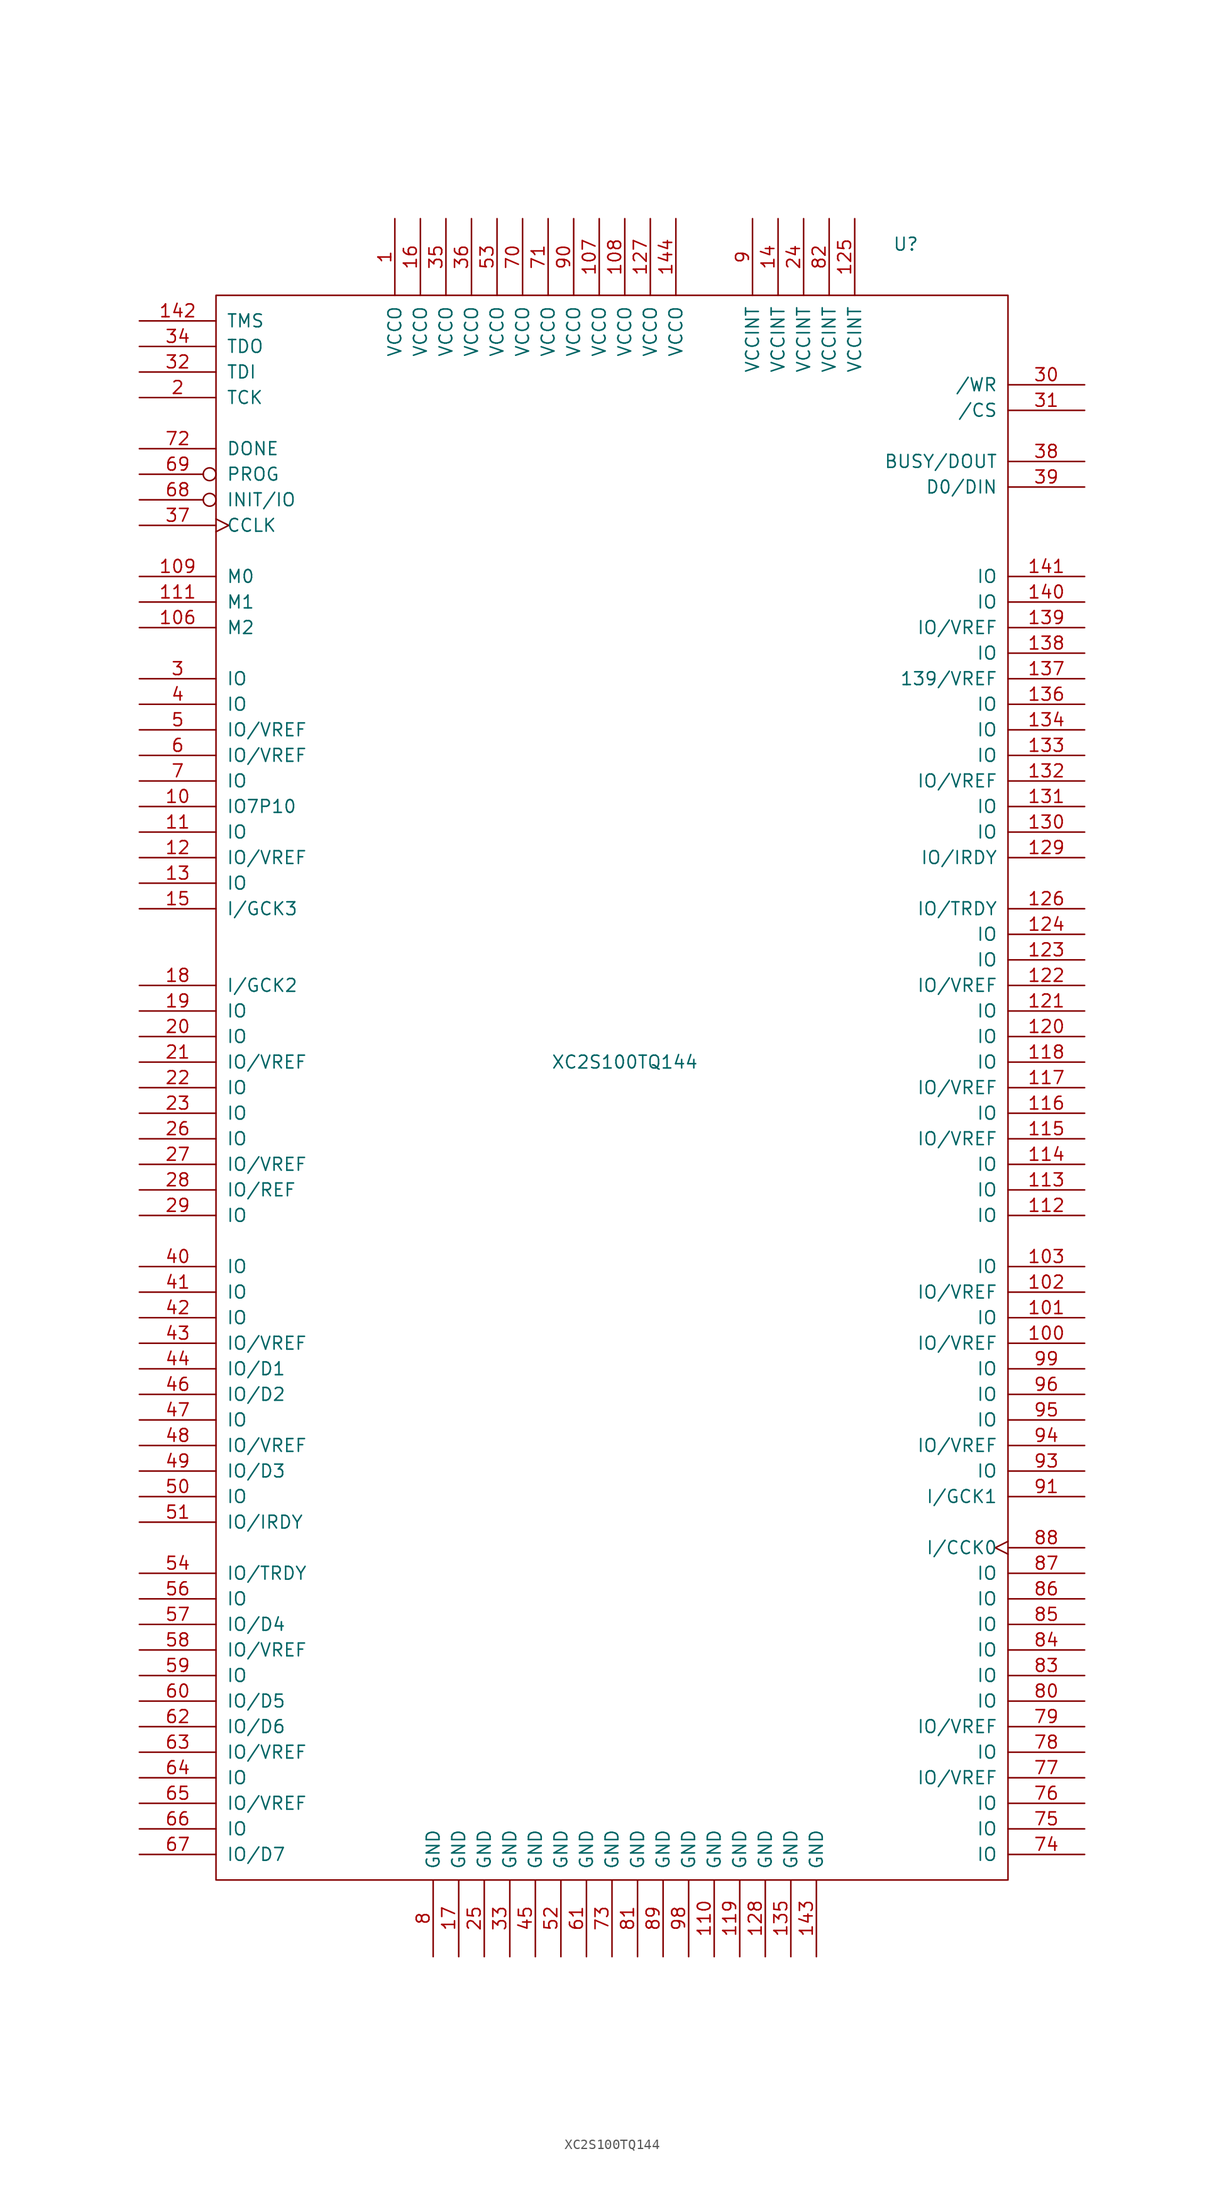
<source format=kicad_sym>
(kicad_symbol_lib
  (version 20201005)
  (generator kicad_symbol_editor)
  (symbol "FPGA_Xilinx:XC2S100TQ144"
    (pin_names
      (offset 1.016))
    (property "Reference" "U"
      (at 27.94 83.82 0)
      (effects (font (size 1.27 1.27))))
    (property "Value" "XC2S100TQ144"
      (at 0 2.54 0)
      (effects (font (size 1.27 1.27))))
    (symbol "XC2S100TQ144_0_1"
      (rectangle (start -40.64 78.74) (end 38.1 -78.74) (stroke (width 0)) (fill (type none))))
    (symbol "XC2S100TQ144_1_1"
      (pin power_in line (at -22.86 86.36 270) (length 7.62) (name "VCCO" (effects (font (size 1.27 1.27)))) (number "1" (effects (font (size 1.27 1.27)))))
      (pin bidirectional line (at -48.26 27.94 0) (length 7.62) (name "IO7P10" (effects (font (size 1.27 1.27)))) (number "10" (effects (font (size 1.27 1.27)))))
      (pin bidirectional line (at 45.72 -25.4 180) (length 7.62) (name "IO/VREF" (effects (font (size 1.27 1.27)))) (number "100" (effects (font (size 1.27 1.27)))))
      (pin bidirectional line (at 45.72 -22.86 180) (length 7.62) (name "IO" (effects (font (size 1.27 1.27)))) (number "101" (effects (font (size 1.27 1.27)))))
      (pin bidirectional line (at 45.72 -20.32 180) (length 7.62) (name "IO/VREF" (effects (font (size 1.27 1.27)))) (number "102" (effects (font (size 1.27 1.27)))))
      (pin bidirectional line (at 45.72 -17.78 180) (length 7.62) (name "IO" (effects (font (size 1.27 1.27)))) (number "103" (effects (font (size 1.27 1.27)))))
      (pin input line (at -48.26 45.72 0) (length 7.62) (name "M2" (effects (font (size 1.27 1.27)))) (number "106" (effects (font (size 1.27 1.27)))))
      (pin power_in line (at -2.54 86.36 270) (length 7.62) (name "VCCO" (effects (font (size 1.27 1.27)))) (number "107" (effects (font (size 1.27 1.27)))))
      (pin power_in line (at 0 86.36 270) (length 7.62) (name "VCCO" (effects (font (size 1.27 1.27)))) (number "108" (effects (font (size 1.27 1.27)))))
      (pin input line (at -48.26 50.8 0) (length 7.62) (name "M0" (effects (font (size 1.27 1.27)))) (number "109" (effects (font (size 1.27 1.27)))))
      (pin bidirectional line (at -48.26 25.4 0) (length 7.62) (name "IO" (effects (font (size 1.27 1.27)))) (number "11" (effects (font (size 1.27 1.27)))))
      (pin power_in line (at 8.89 -86.36 90) (length 7.62) (name "GND" (effects (font (size 1.27 1.27)))) (number "110" (effects (font (size 1.27 1.27)))))
      (pin input line (at -48.26 48.26 0) (length 7.62) (name "M1" (effects (font (size 1.27 1.27)))) (number "111" (effects (font (size 1.27 1.27)))))
      (pin bidirectional line (at 45.72 -12.7 180) (length 7.62) (name "IO" (effects (font (size 1.27 1.27)))) (number "112" (effects (font (size 1.27 1.27)))))
      (pin bidirectional line (at 45.72 -10.16 180) (length 7.62) (name "IO" (effects (font (size 1.27 1.27)))) (number "113" (effects (font (size 1.27 1.27)))))
      (pin bidirectional line (at 45.72 -7.62 180) (length 7.62) (name "IO" (effects (font (size 1.27 1.27)))) (number "114" (effects (font (size 1.27 1.27)))))
      (pin bidirectional line (at 45.72 -5.08 180) (length 7.62) (name "IO/VREF" (effects (font (size 1.27 1.27)))) (number "115" (effects (font (size 1.27 1.27)))))
      (pin bidirectional line (at 45.72 -2.54 180) (length 7.62) (name "IO" (effects (font (size 1.27 1.27)))) (number "116" (effects (font (size 1.27 1.27)))))
      (pin bidirectional line (at 45.72 0 180) (length 7.62) (name "IO/VREF" (effects (font (size 1.27 1.27)))) (number "117" (effects (font (size 1.27 1.27)))))
      (pin bidirectional line (at 45.72 2.54 180) (length 7.62) (name "IO" (effects (font (size 1.27 1.27)))) (number "118" (effects (font (size 1.27 1.27)))))
      (pin power_in line (at 11.43 -86.36 90) (length 7.62) (name "GND" (effects (font (size 1.27 1.27)))) (number "119" (effects (font (size 1.27 1.27)))))
      (pin bidirectional line (at -48.26 22.86 0) (length 7.62) (name "IO/VREF" (effects (font (size 1.27 1.27)))) (number "12" (effects (font (size 1.27 1.27)))))
      (pin bidirectional line (at 45.72 5.08 180) (length 7.62) (name "IO" (effects (font (size 1.27 1.27)))) (number "120" (effects (font (size 1.27 1.27)))))
      (pin bidirectional line (at 45.72 7.62 180) (length 7.62) (name "IO" (effects (font (size 1.27 1.27)))) (number "121" (effects (font (size 1.27 1.27)))))
      (pin bidirectional line (at 45.72 10.16 180) (length 7.62) (name "IO/VREF" (effects (font (size 1.27 1.27)))) (number "122" (effects (font (size 1.27 1.27)))))
      (pin bidirectional line (at 45.72 12.7 180) (length 7.62) (name "IO" (effects (font (size 1.27 1.27)))) (number "123" (effects (font (size 1.27 1.27)))))
      (pin bidirectional line (at 45.72 15.24 180) (length 7.62) (name "IO" (effects (font (size 1.27 1.27)))) (number "124" (effects (font (size 1.27 1.27)))))
      (pin power_in line (at 22.86 86.36 270) (length 7.62) (name "VCCINT" (effects (font (size 1.27 1.27)))) (number "125" (effects (font (size 1.27 1.27)))))
      (pin bidirectional line (at 45.72 17.78 180) (length 7.62) (name "IO/TRDY" (effects (font (size 1.27 1.27)))) (number "126" (effects (font (size 1.27 1.27)))))
      (pin power_in line (at 2.54 86.36 270) (length 7.62) (name "VCCO" (effects (font (size 1.27 1.27)))) (number "127" (effects (font (size 1.27 1.27)))))
      (pin power_in line (at 13.97 -86.36 90) (length 7.62) (name "GND" (effects (font (size 1.27 1.27)))) (number "128" (effects (font (size 1.27 1.27)))))
      (pin bidirectional line (at 45.72 22.86 180) (length 7.62) (name "IO/IRDY" (effects (font (size 1.27 1.27)))) (number "129" (effects (font (size 1.27 1.27)))))
      (pin bidirectional line (at -48.26 20.32 0) (length 7.62) (name "IO" (effects (font (size 1.27 1.27)))) (number "13" (effects (font (size 1.27 1.27)))))
      (pin bidirectional line (at 45.72 25.4 180) (length 7.62) (name "IO" (effects (font (size 1.27 1.27)))) (number "130" (effects (font (size 1.27 1.27)))))
      (pin bidirectional line (at 45.72 27.94 180) (length 7.62) (name "IO" (effects (font (size 1.27 1.27)))) (number "131" (effects (font (size 1.27 1.27)))))
      (pin bidirectional line (at 45.72 30.48 180) (length 7.62) (name "IO/VREF" (effects (font (size 1.27 1.27)))) (number "132" (effects (font (size 1.27 1.27)))))
      (pin bidirectional line (at 45.72 33.02 180) (length 7.62) (name "IO" (effects (font (size 1.27 1.27)))) (number "133" (effects (font (size 1.27 1.27)))))
      (pin bidirectional line (at 45.72 35.56 180) (length 7.62) (name "IO" (effects (font (size 1.27 1.27)))) (number "134" (effects (font (size 1.27 1.27)))))
      (pin power_in line (at 16.51 -86.36 90) (length 7.62) (name "GND" (effects (font (size 1.27 1.27)))) (number "135" (effects (font (size 1.27 1.27)))))
      (pin bidirectional line (at 45.72 38.1 180) (length 7.62) (name "IO" (effects (font (size 1.27 1.27)))) (number "136" (effects (font (size 1.27 1.27)))))
      (pin bidirectional line (at 45.72 40.64 180) (length 7.62) (name "139/VREF" (effects (font (size 1.27 1.27)))) (number "137" (effects (font (size 1.27 1.27)))))
      (pin bidirectional line (at 45.72 43.18 180) (length 7.62) (name "IO" (effects (font (size 1.27 1.27)))) (number "138" (effects (font (size 1.27 1.27)))))
      (pin bidirectional line (at 45.72 45.72 180) (length 7.62) (name "IO/VREF" (effects (font (size 1.27 1.27)))) (number "139" (effects (font (size 1.27 1.27)))))
      (pin power_in line (at 15.24 86.36 270) (length 7.62) (name "VCCINT" (effects (font (size 1.27 1.27)))) (number "14" (effects (font (size 1.27 1.27)))))
      (pin bidirectional line (at 45.72 48.26 180) (length 7.62) (name "IO" (effects (font (size 1.27 1.27)))) (number "140" (effects (font (size 1.27 1.27)))))
      (pin bidirectional line (at 45.72 50.8 180) (length 7.62) (name "IO" (effects (font (size 1.27 1.27)))) (number "141" (effects (font (size 1.27 1.27)))))
      (pin input line (at -48.26 76.2 0) (length 7.62) (name "TMS" (effects (font (size 1.27 1.27)))) (number "142" (effects (font (size 1.27 1.27)))))
      (pin power_in line (at 19.05 -86.36 90) (length 7.62) (name "GND" (effects (font (size 1.27 1.27)))) (number "143" (effects (font (size 1.27 1.27)))))
      (pin passive line (at 5.08 86.36 270) (length 7.62) (name "VCCO" (effects (font (size 1.27 1.27)))) (number "144" (effects (font (size 1.27 1.27)))))
      (pin input line (at -48.26 17.78 0) (length 7.62) (name "I/GCK3" (effects (font (size 1.27 1.27)))) (number "15" (effects (font (size 1.27 1.27)))))
      (pin power_in line (at -20.32 86.36 270) (length 7.62) (name "VCCO" (effects (font (size 1.27 1.27)))) (number "16" (effects (font (size 1.27 1.27)))))
      (pin power_in line (at -16.51 -86.36 90) (length 7.62) (name "GND" (effects (font (size 1.27 1.27)))) (number "17" (effects (font (size 1.27 1.27)))))
      (pin input line (at -48.26 10.16 0) (length 7.62) (name "I/GCK2" (effects (font (size 1.27 1.27)))) (number "18" (effects (font (size 1.27 1.27)))))
      (pin bidirectional line (at -48.26 7.62 0) (length 7.62) (name "IO" (effects (font (size 1.27 1.27)))) (number "19" (effects (font (size 1.27 1.27)))))
      (pin input line (at -48.26 68.58 0) (length 7.62) (name "TCK" (effects (font (size 1.27 1.27)))) (number "2" (effects (font (size 1.27 1.27)))))
      (pin bidirectional line (at -48.26 5.08 0) (length 7.62) (name "IO" (effects (font (size 1.27 1.27)))) (number "20" (effects (font (size 1.27 1.27)))))
      (pin bidirectional line (at -48.26 2.54 0) (length 7.62) (name "IO/VREF" (effects (font (size 1.27 1.27)))) (number "21" (effects (font (size 1.27 1.27)))))
      (pin bidirectional line (at -48.26 0 0) (length 7.62) (name "IO" (effects (font (size 1.27 1.27)))) (number "22" (effects (font (size 1.27 1.27)))))
      (pin bidirectional line (at -48.26 -2.54 0) (length 7.62) (name "IO" (effects (font (size 1.27 1.27)))) (number "23" (effects (font (size 1.27 1.27)))))
      (pin power_in line (at 17.78 86.36 270) (length 7.62) (name "VCCINT" (effects (font (size 1.27 1.27)))) (number "24" (effects (font (size 1.27 1.27)))))
      (pin power_in line (at -13.97 -86.36 90) (length 7.62) (name "GND" (effects (font (size 1.27 1.27)))) (number "25" (effects (font (size 1.27 1.27)))))
      (pin bidirectional line (at -48.26 -5.08 0) (length 7.62) (name "IO" (effects (font (size 1.27 1.27)))) (number "26" (effects (font (size 1.27 1.27)))))
      (pin bidirectional line (at -48.26 -7.62 0) (length 7.62) (name "IO/VREF" (effects (font (size 1.27 1.27)))) (number "27" (effects (font (size 1.27 1.27)))))
      (pin bidirectional line (at -48.26 -10.16 0) (length 7.62) (name "IO/REF" (effects (font (size 1.27 1.27)))) (number "28" (effects (font (size 1.27 1.27)))))
      (pin bidirectional line (at -48.26 -12.7 0) (length 7.62) (name "IO" (effects (font (size 1.27 1.27)))) (number "29" (effects (font (size 1.27 1.27)))))
      (pin bidirectional line (at -48.26 40.64 0) (length 7.62) (name "IO" (effects (font (size 1.27 1.27)))) (number "3" (effects (font (size 1.27 1.27)))))
      (pin bidirectional line (at 45.72 69.85 180) (length 7.62) (name "/WR" (effects (font (size 1.27 1.27)))) (number "30" (effects (font (size 1.27 1.27)))))
      (pin bidirectional line (at 45.72 67.31 180) (length 7.62) (name "/CS" (effects (font (size 1.27 1.27)))) (number "31" (effects (font (size 1.27 1.27)))))
      (pin input line (at -48.26 71.12 0) (length 7.62) (name "TDI" (effects (font (size 1.27 1.27)))) (number "32" (effects (font (size 1.27 1.27)))))
      (pin power_in line (at -11.43 -86.36 90) (length 7.62) (name "GND" (effects (font (size 1.27 1.27)))) (number "33" (effects (font (size 1.27 1.27)))))
      (pin output line (at -48.26 73.66 0) (length 7.62) (name "TDO" (effects (font (size 1.27 1.27)))) (number "34" (effects (font (size 1.27 1.27)))))
      (pin power_in line (at -17.78 86.36 270) (length 7.62) (name "VCCO" (effects (font (size 1.27 1.27)))) (number "35" (effects (font (size 1.27 1.27)))))
      (pin power_in line (at -15.24 86.36 270) (length 7.62) (name "VCCO" (effects (font (size 1.27 1.27)))) (number "36" (effects (font (size 1.27 1.27)))))
      (pin input clock (at -48.26 55.88 0) (length 7.62) (name "CCLK" (effects (font (size 1.27 1.27)))) (number "37" (effects (font (size 1.27 1.27)))))
      (pin output line (at 45.72 62.23 180) (length 7.62) (name "BUSY/DOUT" (effects (font (size 1.27 1.27)))) (number "38" (effects (font (size 1.27 1.27)))))
      (pin bidirectional line (at 45.72 59.69 180) (length 7.62) (name "D0/DIN" (effects (font (size 1.27 1.27)))) (number "39" (effects (font (size 1.27 1.27)))))
      (pin bidirectional line (at -48.26 38.1 0) (length 7.62) (name "IO" (effects (font (size 1.27 1.27)))) (number "4" (effects (font (size 1.27 1.27)))))
      (pin bidirectional line (at -48.26 -17.78 0) (length 7.62) (name "IO" (effects (font (size 1.27 1.27)))) (number "40" (effects (font (size 1.27 1.27)))))
      (pin bidirectional line (at -48.26 -20.32 0) (length 7.62) (name "IO" (effects (font (size 1.27 1.27)))) (number "41" (effects (font (size 1.27 1.27)))))
      (pin bidirectional line (at -48.26 -22.86 0) (length 7.62) (name "IO" (effects (font (size 1.27 1.27)))) (number "42" (effects (font (size 1.27 1.27)))))
      (pin bidirectional line (at -48.26 -25.4 0) (length 7.62) (name "IO/VREF" (effects (font (size 1.27 1.27)))) (number "43" (effects (font (size 1.27 1.27)))))
      (pin bidirectional line (at -48.26 -27.94 0) (length 7.62) (name "IO/D1" (effects (font (size 1.27 1.27)))) (number "44" (effects (font (size 1.27 1.27)))))
      (pin power_in line (at -8.89 -86.36 90) (length 7.62) (name "GND" (effects (font (size 1.27 1.27)))) (number "45" (effects (font (size 1.27 1.27)))))
      (pin bidirectional line (at -48.26 -30.48 0) (length 7.62) (name "IO/D2" (effects (font (size 1.27 1.27)))) (number "46" (effects (font (size 1.27 1.27)))))
      (pin bidirectional line (at -48.26 -33.02 0) (length 7.62) (name "IO" (effects (font (size 1.27 1.27)))) (number "47" (effects (font (size 1.27 1.27)))))
      (pin bidirectional line (at -48.26 -35.56 0) (length 7.62) (name "IO/VREF" (effects (font (size 1.27 1.27)))) (number "48" (effects (font (size 1.27 1.27)))))
      (pin bidirectional line (at -48.26 -38.1 0) (length 7.62) (name "IO/D3" (effects (font (size 1.27 1.27)))) (number "49" (effects (font (size 1.27 1.27)))))
      (pin bidirectional line (at -48.26 35.56 0) (length 7.62) (name "IO/VREF" (effects (font (size 1.27 1.27)))) (number "5" (effects (font (size 1.27 1.27)))))
      (pin bidirectional line (at -48.26 -40.64 0) (length 7.62) (name "IO" (effects (font (size 1.27 1.27)))) (number "50" (effects (font (size 1.27 1.27)))))
      (pin bidirectional line (at -48.26 -43.18 0) (length 7.62) (name "IO/IRDY" (effects (font (size 1.27 1.27)))) (number "51" (effects (font (size 1.27 1.27)))))
      (pin power_in line (at -6.35 -86.36 90) (length 7.62) (name "GND" (effects (font (size 1.27 1.27)))) (number "52" (effects (font (size 1.27 1.27)))))
      (pin power_in line (at -12.7 86.36 270) (length 7.62) (name "VCCO" (effects (font (size 1.27 1.27)))) (number "53" (effects (font (size 1.27 1.27)))))
      (pin bidirectional line (at -48.26 -48.26 0) (length 7.62) (name "IO/TRDY" (effects (font (size 1.27 1.27)))) (number "54" (effects (font (size 1.27 1.27)))))
      (pin bidirectional line (at -48.26 -50.8 0) (length 7.62) (name "IO" (effects (font (size 1.27 1.27)))) (number "56" (effects (font (size 1.27 1.27)))))
      (pin bidirectional line (at -48.26 -53.34 0) (length 7.62) (name "IO/D4" (effects (font (size 1.27 1.27)))) (number "57" (effects (font (size 1.27 1.27)))))
      (pin bidirectional line (at -48.26 -55.88 0) (length 7.62) (name "IO/VREF" (effects (font (size 1.27 1.27)))) (number "58" (effects (font (size 1.27 1.27)))))
      (pin bidirectional line (at -48.26 -58.42 0) (length 7.62) (name "IO" (effects (font (size 1.27 1.27)))) (number "59" (effects (font (size 1.27 1.27)))))
      (pin bidirectional line (at -48.26 33.02 0) (length 7.62) (name "IO/VREF" (effects (font (size 1.27 1.27)))) (number "6" (effects (font (size 1.27 1.27)))))
      (pin bidirectional line (at -48.26 -60.96 0) (length 7.62) (name "IO/D5" (effects (font (size 1.27 1.27)))) (number "60" (effects (font (size 1.27 1.27)))))
      (pin power_in line (at -3.81 -86.36 90) (length 7.62) (name "GND" (effects (font (size 1.27 1.27)))) (number "61" (effects (font (size 1.27 1.27)))))
      (pin bidirectional line (at -48.26 -63.5 0) (length 7.62) (name "IO/D6" (effects (font (size 1.27 1.27)))) (number "62" (effects (font (size 1.27 1.27)))))
      (pin bidirectional line (at -48.26 -66.04 0) (length 7.62) (name "IO/VREF" (effects (font (size 1.27 1.27)))) (number "63" (effects (font (size 1.27 1.27)))))
      (pin bidirectional line (at -48.26 -68.58 0) (length 7.62) (name "IO" (effects (font (size 1.27 1.27)))) (number "64" (effects (font (size 1.27 1.27)))))
      (pin bidirectional line (at -48.26 -71.12 0) (length 7.62) (name "IO/VREF" (effects (font (size 1.27 1.27)))) (number "65" (effects (font (size 1.27 1.27)))))
      (pin bidirectional line (at -48.26 -73.66 0) (length 7.62) (name "IO" (effects (font (size 1.27 1.27)))) (number "66" (effects (font (size 1.27 1.27)))))
      (pin bidirectional line (at -48.26 -76.2 0) (length 7.62) (name "IO/D7" (effects (font (size 1.27 1.27)))) (number "67" (effects (font (size 1.27 1.27)))))
      (pin bidirectional inverted (at -48.26 58.42 0) (length 7.62) (name "INIT/IO" (effects (font (size 1.27 1.27)))) (number "68" (effects (font (size 1.27 1.27)))))
      (pin input inverted (at -48.26 60.96 0) (length 7.62) (name "PROG" (effects (font (size 1.27 1.27)))) (number "69" (effects (font (size 1.27 1.27)))))
      (pin bidirectional line (at -48.26 30.48 0) (length 7.62) (name "IO" (effects (font (size 1.27 1.27)))) (number "7" (effects (font (size 1.27 1.27)))))
      (pin power_in line (at -10.16 86.36 270) (length 7.62) (name "VCCO" (effects (font (size 1.27 1.27)))) (number "70" (effects (font (size 1.27 1.27)))))
      (pin power_in line (at -7.62 86.36 270) (length 7.62) (name "VCCO" (effects (font (size 1.27 1.27)))) (number "71" (effects (font (size 1.27 1.27)))))
      (pin open_collector line (at -48.26 63.5 0) (length 7.62) (name "DONE" (effects (font (size 1.27 1.27)))) (number "72" (effects (font (size 1.27 1.27)))))
      (pin power_in line (at -1.27 -86.36 90) (length 7.62) (name "GND" (effects (font (size 1.27 1.27)))) (number "73" (effects (font (size 1.27 1.27)))))
      (pin bidirectional line (at 45.72 -76.2 180) (length 7.62) (name "IO" (effects (font (size 1.27 1.27)))) (number "74" (effects (font (size 1.27 1.27)))))
      (pin bidirectional line (at 45.72 -73.66 180) (length 7.62) (name "IO" (effects (font (size 1.27 1.27)))) (number "75" (effects (font (size 1.27 1.27)))))
      (pin bidirectional line (at 45.72 -71.12 180) (length 7.62) (name "IO" (effects (font (size 1.27 1.27)))) (number "76" (effects (font (size 1.27 1.27)))))
      (pin bidirectional line (at 45.72 -68.58 180) (length 7.62) (name "IO/VREF" (effects (font (size 1.27 1.27)))) (number "77" (effects (font (size 1.27 1.27)))))
      (pin bidirectional line (at 45.72 -66.04 180) (length 7.62) (name "IO" (effects (font (size 1.27 1.27)))) (number "78" (effects (font (size 1.27 1.27)))))
      (pin bidirectional line (at 45.72 -63.5 180) (length 7.62) (name "IO/VREF" (effects (font (size 1.27 1.27)))) (number "79" (effects (font (size 1.27 1.27)))))
      (pin power_in line (at -19.05 -86.36 90) (length 7.62) (name "GND" (effects (font (size 1.27 1.27)))) (number "8" (effects (font (size 1.27 1.27)))))
      (pin bidirectional line (at 45.72 -60.96 180) (length 7.62) (name "IO" (effects (font (size 1.27 1.27)))) (number "80" (effects (font (size 1.27 1.27)))))
      (pin power_in line (at 1.27 -86.36 90) (length 7.62) (name "GND" (effects (font (size 1.27 1.27)))) (number "81" (effects (font (size 1.27 1.27)))))
      (pin power_in line (at 20.32 86.36 270) (length 7.62) (name "VCCINT" (effects (font (size 1.27 1.27)))) (number "82" (effects (font (size 1.27 1.27)))))
      (pin bidirectional line (at 45.72 -58.42 180) (length 7.62) (name "IO" (effects (font (size 1.27 1.27)))) (number "83" (effects (font (size 1.27 1.27)))))
      (pin bidirectional line (at 45.72 -55.88 180) (length 7.62) (name "IO" (effects (font (size 1.27 1.27)))) (number "84" (effects (font (size 1.27 1.27)))))
      (pin bidirectional line (at 45.72 -53.34 180) (length 7.62) (name "IO" (effects (font (size 1.27 1.27)))) (number "85" (effects (font (size 1.27 1.27)))))
      (pin bidirectional line (at 45.72 -50.8 180) (length 7.62) (name "IO" (effects (font (size 1.27 1.27)))) (number "86" (effects (font (size 1.27 1.27)))))
      (pin bidirectional line (at 45.72 -48.26 180) (length 7.62) (name "IO" (effects (font (size 1.27 1.27)))) (number "87" (effects (font (size 1.27 1.27)))))
      (pin input clock (at 45.72 -45.72 180) (length 7.62) (name "I/CCK0" (effects (font (size 1.27 1.27)))) (number "88" (effects (font (size 1.27 1.27)))))
      (pin power_in line (at 3.81 -86.36 90) (length 7.62) (name "GND" (effects (font (size 1.27 1.27)))) (number "89" (effects (font (size 1.27 1.27)))))
      (pin power_in line (at 12.7 86.36 270) (length 7.62) (name "VCCINT" (effects (font (size 1.27 1.27)))) (number "9" (effects (font (size 1.27 1.27)))))
      (pin power_in line (at -5.08 86.36 270) (length 7.62) (name "VCCO" (effects (font (size 1.27 1.27)))) (number "90" (effects (font (size 1.27 1.27)))))
      (pin input line (at 45.72 -40.64 180) (length 7.62) (name "I/GCK1" (effects (font (size 1.27 1.27)))) (number "91" (effects (font (size 1.27 1.27)))))
      (pin bidirectional line (at 45.72 -38.1 180) (length 7.62) (name "IO" (effects (font (size 1.27 1.27)))) (number "93" (effects (font (size 1.27 1.27)))))
      (pin bidirectional line (at 45.72 -35.56 180) (length 7.62) (name "IO/VREF" (effects (font (size 1.27 1.27)))) (number "94" (effects (font (size 1.27 1.27)))))
      (pin bidirectional line (at 45.72 -33.02 180) (length 7.62) (name "IO" (effects (font (size 1.27 1.27)))) (number "95" (effects (font (size 1.27 1.27)))))
      (pin bidirectional line (at 45.72 -30.48 180) (length 7.62) (name "IO" (effects (font (size 1.27 1.27)))) (number "96" (effects (font (size 1.27 1.27)))))
      (pin passive line (at 6.35 -86.36 90) (length 7.62) (name "GND" (effects (font (size 1.27 1.27)))) (number "98" (effects (font (size 1.27 1.27)))))
      (pin bidirectional line (at 45.72 -27.94 180) (length 7.62) (name "IO" (effects (font (size 1.27 1.27)))) (number "99" (effects (font (size 1.27 1.27))))))))
</source>
